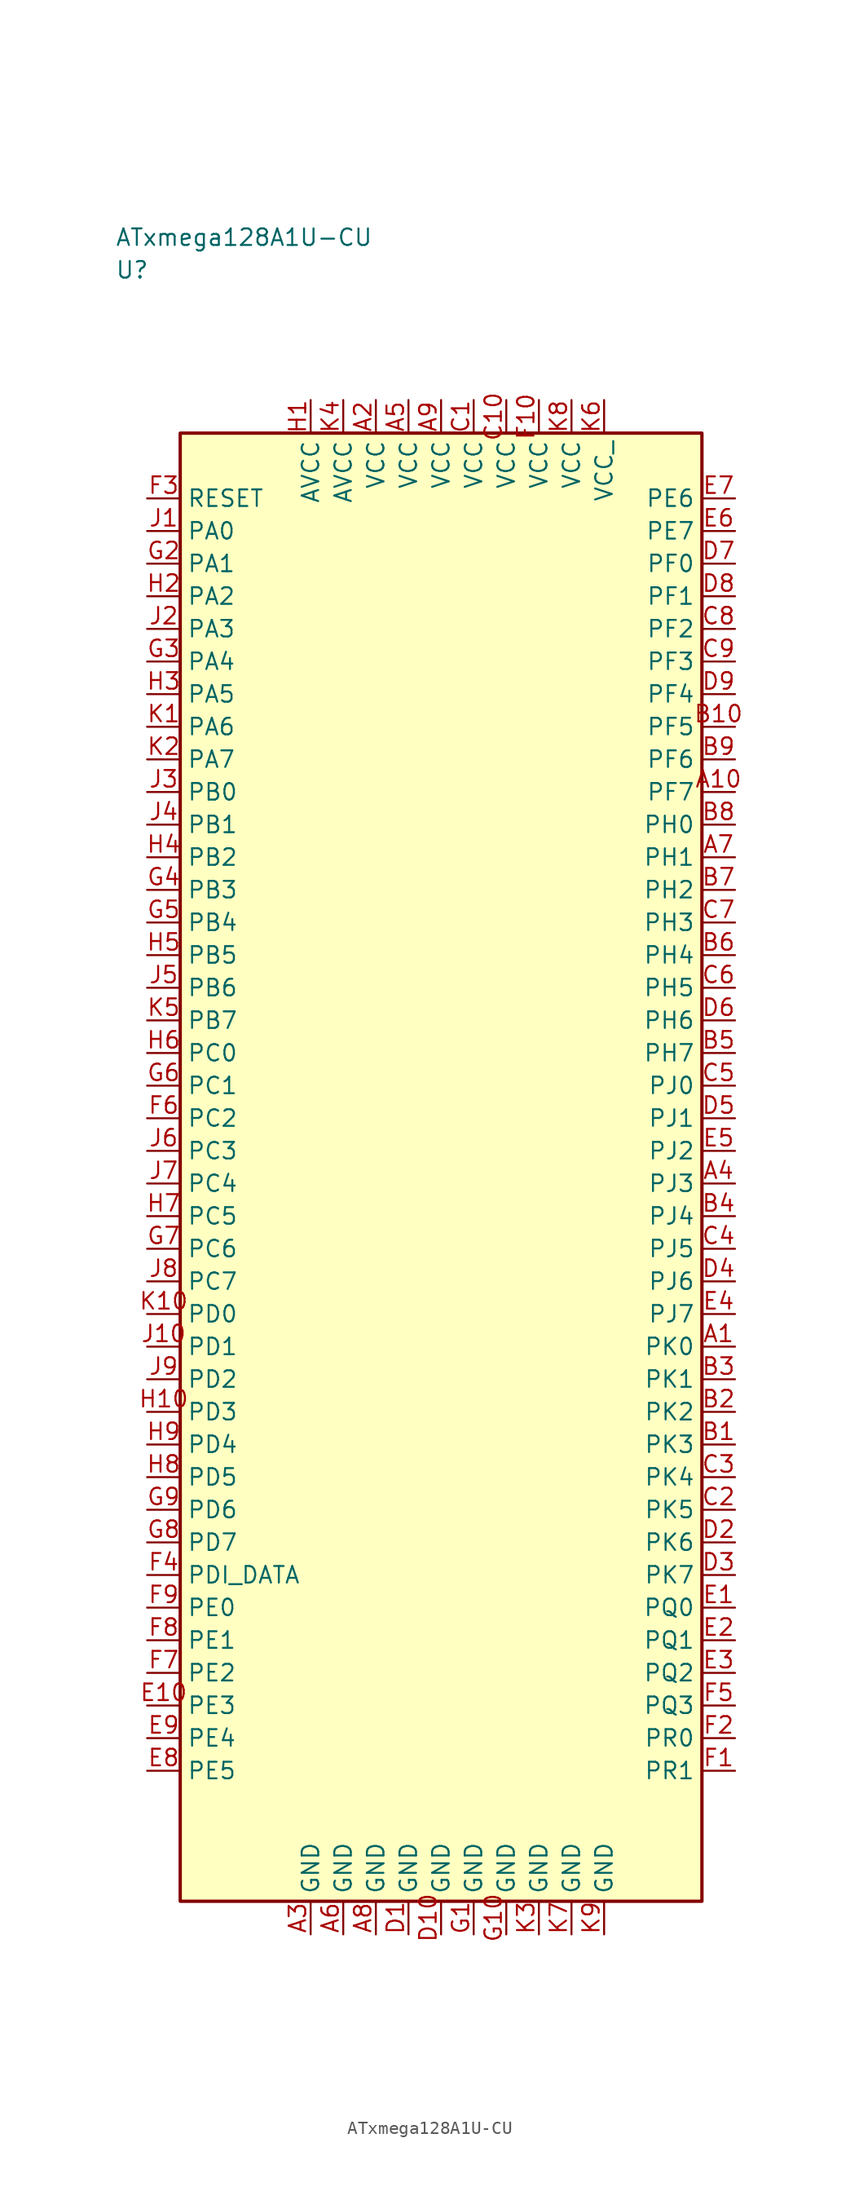
<source format=kicad_sym>
(kicad_symbol_lib
  (version 20241025)
  (generator "kicad_symbol_editor")
  (generator_version "8.0")
  (symbol "ATxmega128A1U-CU"
    (property "Reference" "U"
      (at -25.0 68.75 0)
      (effects (font (size 1.27 1.27)) (justify left)))
    (property "Value" "ATxmega128A1U-CU"
      (at -25.0 71.25 0)
      (effects (font (size 1.27 1.27)) (justify left)))
    (symbol "ATxmega128A1U-CU_0_1"
      (rectangle (start -20.0 56.25) (end 20.0 -56.25) (stroke (width 0.254) (type default)) (fill (type background))))
    (symbol "ATxmega128A1U-CU_1_1"
      (pin bidirectional line (at 22.54 -13.75 180.0) (length 2.54) (name "PK0" (effects (font (size 1.27 1.27)))) (number "A1" (effects (font (size 1.27 1.27)))))
      (pin power_in line (at -5.0 58.79 270.0) (length 2.54) (name "VCC" (effects (font (size 1.27 1.27)))) (number "A2" (effects (font (size 1.27 1.27)))))
      (pin passive line (at -10.0 -58.79 90.0) (length 2.54) (name "GND" (effects (font (size 1.27 1.27)))) (number "A3" (effects (font (size 1.27 1.27)))))
      (pin bidirectional line (at 22.54 -1.25 180.0) (length 2.54) (name "PJ3" (effects (font (size 1.27 1.27)))) (number "A4" (effects (font (size 1.27 1.27)))))
      (pin power_in line (at -2.5 58.79 270.0) (length 2.54) (name "VCC" (effects (font (size 1.27 1.27)))) (number "A5" (effects (font (size 1.27 1.27)))))
      (pin passive line (at -7.5 -58.79 90.0) (length 2.54) (name "GND" (effects (font (size 1.27 1.27)))) (number "A6" (effects (font (size 1.27 1.27)))))
      (pin bidirectional line (at 22.54 23.75 180.0) (length 2.54) (name "PH1" (effects (font (size 1.27 1.27)))) (number "A7" (effects (font (size 1.27 1.27)))))
      (pin passive line (at -5.0 -58.79 90.0) (length 2.54) (name "GND" (effects (font (size 1.27 1.27)))) (number "A8" (effects (font (size 1.27 1.27)))))
      (pin power_in line (at 0.0 58.79 270.0) (length 2.54) (name "VCC" (effects (font (size 1.27 1.27)))) (number "A9" (effects (font (size 1.27 1.27)))))
      (pin bidirectional line (at 22.54 28.75 180.0) (length 2.54) (name "PF7" (effects (font (size 1.27 1.27)))) (number "A10" (effects (font (size 1.27 1.27)))))
      (pin bidirectional line (at 22.54 -21.25 180.0) (length 2.54) (name "PK3" (effects (font (size 1.27 1.27)))) (number "B1" (effects (font (size 1.27 1.27)))))
      (pin bidirectional line (at 22.54 -18.75 180.0) (length 2.54) (name "PK2" (effects (font (size 1.27 1.27)))) (number "B2" (effects (font (size 1.27 1.27)))))
      (pin bidirectional line (at 22.54 -16.25 180.0) (length 2.54) (name "PK1" (effects (font (size 1.27 1.27)))) (number "B3" (effects (font (size 1.27 1.27)))))
      (pin bidirectional line (at 22.54 -3.75 180.0) (length 2.54) (name "PJ4" (effects (font (size 1.27 1.27)))) (number "B4" (effects (font (size 1.27 1.27)))))
      (pin bidirectional line (at 22.54 8.75 180.0) (length 2.54) (name "PH7" (effects (font (size 1.27 1.27)))) (number "B5" (effects (font (size 1.27 1.27)))))
      (pin bidirectional line (at 22.54 16.25 180.0) (length 2.54) (name "PH4" (effects (font (size 1.27 1.27)))) (number "B6" (effects (font (size 1.27 1.27)))))
      (pin bidirectional line (at 22.54 21.25 180.0) (length 2.54) (name "PH2" (effects (font (size 1.27 1.27)))) (number "B7" (effects (font (size 1.27 1.27)))))
      (pin bidirectional line (at 22.54 26.25 180.0) (length 2.54) (name "PH0" (effects (font (size 1.27 1.27)))) (number "B8" (effects (font (size 1.27 1.27)))))
      (pin bidirectional line (at 22.54 31.25 180.0) (length 2.54) (name "PF6" (effects (font (size 1.27 1.27)))) (number "B9" (effects (font (size 1.27 1.27)))))
      (pin bidirectional line (at 22.54 33.75 180.0) (length 2.54) (name "PF5" (effects (font (size 1.27 1.27)))) (number "B10" (effects (font (size 1.27 1.27)))))
      (pin power_in line (at 2.5 58.79 270.0) (length 2.54) (name "VCC" (effects (font (size 1.27 1.27)))) (number "C1" (effects (font (size 1.27 1.27)))))
      (pin bidirectional line (at 22.54 -26.25 180.0) (length 2.54) (name "PK5" (effects (font (size 1.27 1.27)))) (number "C2" (effects (font (size 1.27 1.27)))))
      (pin bidirectional line (at 22.54 -23.75 180.0) (length 2.54) (name "PK4" (effects (font (size 1.27 1.27)))) (number "C3" (effects (font (size 1.27 1.27)))))
      (pin bidirectional line (at 22.54 -6.25 180.0) (length 2.54) (name "PJ5" (effects (font (size 1.27 1.27)))) (number "C4" (effects (font (size 1.27 1.27)))))
      (pin bidirectional line (at 22.54 6.25 180.0) (length 2.54) (name "PJ0" (effects (font (size 1.27 1.27)))) (number "C5" (effects (font (size 1.27 1.27)))))
      (pin bidirectional line (at 22.54 13.75 180.0) (length 2.54) (name "PH5" (effects (font (size 1.27 1.27)))) (number "C6" (effects (font (size 1.27 1.27)))))
      (pin bidirectional line (at 22.54 18.75 180.0) (length 2.54) (name "PH3" (effects (font (size 1.27 1.27)))) (number "C7" (effects (font (size 1.27 1.27)))))
      (pin bidirectional line (at 22.54 41.25 180.0) (length 2.54) (name "PF2" (effects (font (size 1.27 1.27)))) (number "C8" (effects (font (size 1.27 1.27)))))
      (pin bidirectional line (at 22.54 38.75 180.0) (length 2.54) (name "PF3" (effects (font (size 1.27 1.27)))) (number "C9" (effects (font (size 1.27 1.27)))))
      (pin power_in line (at 5.0 58.79 270.0) (length 2.54) (name "VCC" (effects (font (size 1.27 1.27)))) (number "C10" (effects (font (size 1.27 1.27)))))
      (pin passive line (at -2.5 -58.79 90.0) (length 2.54) (name "GND" (effects (font (size 1.27 1.27)))) (number "D1" (effects (font (size 1.27 1.27)))))
      (pin bidirectional line (at 22.54 -28.75 180.0) (length 2.54) (name "PK6" (effects (font (size 1.27 1.27)))) (number "D2" (effects (font (size 1.27 1.27)))))
      (pin bidirectional line (at 22.54 -31.25 180.0) (length 2.54) (name "PK7" (effects (font (size 1.27 1.27)))) (number "D3" (effects (font (size 1.27 1.27)))))
      (pin bidirectional line (at 22.54 -8.75 180.0) (length 2.54) (name "PJ6" (effects (font (size 1.27 1.27)))) (number "D4" (effects (font (size 1.27 1.27)))))
      (pin bidirectional line (at 22.54 3.75 180.0) (length 2.54) (name "PJ1" (effects (font (size 1.27 1.27)))) (number "D5" (effects (font (size 1.27 1.27)))))
      (pin bidirectional line (at 22.54 11.25 180.0) (length 2.54) (name "PH6" (effects (font (size 1.27 1.27)))) (number "D6" (effects (font (size 1.27 1.27)))))
      (pin bidirectional line (at 22.54 46.25 180.0) (length 2.54) (name "PF0" (effects (font (size 1.27 1.27)))) (number "D7" (effects (font (size 1.27 1.27)))))
      (pin bidirectional line (at 22.54 43.75 180.0) (length 2.54) (name "PF1" (effects (font (size 1.27 1.27)))) (number "D8" (effects (font (size 1.27 1.27)))))
      (pin bidirectional line (at 22.54 36.25 180.0) (length 2.54) (name "PF4" (effects (font (size 1.27 1.27)))) (number "D9" (effects (font (size 1.27 1.27)))))
      (pin passive line (at 0.0 -58.79 90.0) (length 2.54) (name "GND" (effects (font (size 1.27 1.27)))) (number "D10" (effects (font (size 1.27 1.27)))))
      (pin bidirectional line (at 22.54 -33.75 180.0) (length 2.54) (name "PQ0" (effects (font (size 1.27 1.27)))) (number "E1" (effects (font (size 1.27 1.27)))))
      (pin bidirectional line (at 22.54 -36.25 180.0) (length 2.54) (name "PQ1" (effects (font (size 1.27 1.27)))) (number "E2" (effects (font (size 1.27 1.27)))))
      (pin bidirectional line (at 22.54 -38.75 180.0) (length 2.54) (name "PQ2" (effects (font (size 1.27 1.27)))) (number "E3" (effects (font (size 1.27 1.27)))))
      (pin bidirectional line (at 22.54 -11.25 180.0) (length 2.54) (name "PJ7" (effects (font (size 1.27 1.27)))) (number "E4" (effects (font (size 1.27 1.27)))))
      (pin bidirectional line (at 22.54 1.25 180.0) (length 2.54) (name "PJ2" (effects (font (size 1.27 1.27)))) (number "E5" (effects (font (size 1.27 1.27)))))
      (pin bidirectional line (at 22.54 48.75 180.0) (length 2.54) (name "PE7" (effects (font (size 1.27 1.27)))) (number "E6" (effects (font (size 1.27 1.27)))))
      (pin bidirectional line (at 22.54 51.25 180.0) (length 2.54) (name "PE6" (effects (font (size 1.27 1.27)))) (number "E7" (effects (font (size 1.27 1.27)))))
      (pin bidirectional line (at -22.54 -46.25 0.0) (length 2.54) (name "PE5" (effects (font (size 1.27 1.27)))) (number "E8" (effects (font (size 1.27 1.27)))))
      (pin bidirectional line (at -22.54 -43.75 0.0) (length 2.54) (name "PE4" (effects (font (size 1.27 1.27)))) (number "E9" (effects (font (size 1.27 1.27)))))
      (pin bidirectional line (at -22.54 -41.25 0.0) (length 2.54) (name "PE3" (effects (font (size 1.27 1.27)))) (number "E10" (effects (font (size 1.27 1.27)))))
      (pin bidirectional line (at 22.54 -46.25 180.0) (length 2.54) (name "PR1" (effects (font (size 1.27 1.27)))) (number "F1" (effects (font (size 1.27 1.27)))))
      (pin bidirectional line (at 22.54 -43.75 180.0) (length 2.54) (name "PR0" (effects (font (size 1.27 1.27)))) (number "F2" (effects (font (size 1.27 1.27)))))
      (pin input line (at -22.54 51.25 0.0) (length 2.54) (name "RESET" (effects (font (size 1.27 1.27)))) (number "F3" (effects (font (size 1.27 1.27)))))
      (pin bidirectional line (at -22.54 -31.25 0.0) (length 2.54) (name "PDI_DATA" (effects (font (size 1.27 1.27)))) (number "F4" (effects (font (size 1.27 1.27)))))
      (pin bidirectional line (at 22.54 -41.25 180.0) (length 2.54) (name "PQ3" (effects (font (size 1.27 1.27)))) (number "F5" (effects (font (size 1.27 1.27)))))
      (pin bidirectional line (at -22.54 3.75 0.0) (length 2.54) (name "PC2" (effects (font (size 1.27 1.27)))) (number "F6" (effects (font (size 1.27 1.27)))))
      (pin bidirectional line (at -22.54 -38.75 0.0) (length 2.54) (name "PE2" (effects (font (size 1.27 1.27)))) (number "F7" (effects (font (size 1.27 1.27)))))
      (pin bidirectional line (at -22.54 -36.25 0.0) (length 2.54) (name "PE1" (effects (font (size 1.27 1.27)))) (number "F8" (effects (font (size 1.27 1.27)))))
      (pin bidirectional line (at -22.54 -33.75 0.0) (length 2.54) (name "PE0" (effects (font (size 1.27 1.27)))) (number "F9" (effects (font (size 1.27 1.27)))))
      (pin power_in line (at 7.5 58.79 270.0) (length 2.54) (name "VCC" (effects (font (size 1.27 1.27)))) (number "F10" (effects (font (size 1.27 1.27)))))
      (pin passive line (at 2.5 -58.79 90.0) (length 2.54) (name "GND" (effects (font (size 1.27 1.27)))) (number "G1" (effects (font (size 1.27 1.27)))))
      (pin bidirectional line (at -22.54 46.25 0.0) (length 2.54) (name "PA1" (effects (font (size 1.27 1.27)))) (number "G2" (effects (font (size 1.27 1.27)))))
      (pin bidirectional line (at -22.54 38.75 0.0) (length 2.54) (name "PA4" (effects (font (size 1.27 1.27)))) (number "G3" (effects (font (size 1.27 1.27)))))
      (pin bidirectional line (at -22.54 21.25 0.0) (length 2.54) (name "PB3" (effects (font (size 1.27 1.27)))) (number "G4" (effects (font (size 1.27 1.27)))))
      (pin bidirectional line (at -22.54 18.75 0.0) (length 2.54) (name "PB4" (effects (font (size 1.27 1.27)))) (number "G5" (effects (font (size 1.27 1.27)))))
      (pin bidirectional line (at -22.54 6.25 0.0) (length 2.54) (name "PC1" (effects (font (size 1.27 1.27)))) (number "G6" (effects (font (size 1.27 1.27)))))
      (pin bidirectional line (at -22.54 -6.25 0.0) (length 2.54) (name "PC6" (effects (font (size 1.27 1.27)))) (number "G7" (effects (font (size 1.27 1.27)))))
      (pin bidirectional line (at -22.54 -28.75 0.0) (length 2.54) (name "PD7" (effects (font (size 1.27 1.27)))) (number "G8" (effects (font (size 1.27 1.27)))))
      (pin bidirectional line (at -22.54 -26.25 0.0) (length 2.54) (name "PD6" (effects (font (size 1.27 1.27)))) (number "G9" (effects (font (size 1.27 1.27)))))
      (pin passive line (at 5.0 -58.79 90.0) (length 2.54) (name "GND" (effects (font (size 1.27 1.27)))) (number "G10" (effects (font (size 1.27 1.27)))))
      (pin power_in line (at -10.0 58.79 270.0) (length 2.54) (name "AVCC" (effects (font (size 1.27 1.27)))) (number "H1" (effects (font (size 1.27 1.27)))))
      (pin bidirectional line (at -22.54 43.75 0.0) (length 2.54) (name "PA2" (effects (font (size 1.27 1.27)))) (number "H2" (effects (font (size 1.27 1.27)))))
      (pin bidirectional line (at -22.54 36.25 0.0) (length 2.54) (name "PA5" (effects (font (size 1.27 1.27)))) (number "H3" (effects (font (size 1.27 1.27)))))
      (pin bidirectional line (at -22.54 23.75 0.0) (length 2.54) (name "PB2" (effects (font (size 1.27 1.27)))) (number "H4" (effects (font (size 1.27 1.27)))))
      (pin bidirectional line (at -22.54 16.25 0.0) (length 2.54) (name "PB5" (effects (font (size 1.27 1.27)))) (number "H5" (effects (font (size 1.27 1.27)))))
      (pin bidirectional line (at -22.54 8.75 0.0) (length 2.54) (name "PC0" (effects (font (size 1.27 1.27)))) (number "H6" (effects (font (size 1.27 1.27)))))
      (pin bidirectional line (at -22.54 -3.75 0.0) (length 2.54) (name "PC5" (effects (font (size 1.27 1.27)))) (number "H7" (effects (font (size 1.27 1.27)))))
      (pin bidirectional line (at -22.54 -23.75 0.0) (length 2.54) (name "PD5" (effects (font (size 1.27 1.27)))) (number "H8" (effects (font (size 1.27 1.27)))))
      (pin bidirectional line (at -22.54 -21.25 0.0) (length 2.54) (name "PD4" (effects (font (size 1.27 1.27)))) (number "H9" (effects (font (size 1.27 1.27)))))
      (pin bidirectional line (at -22.54 -18.75 0.0) (length 2.54) (name "PD3" (effects (font (size 1.27 1.27)))) (number "H10" (effects (font (size 1.27 1.27)))))
      (pin bidirectional line (at -22.54 48.75 0.0) (length 2.54) (name "PA0" (effects (font (size 1.27 1.27)))) (number "J1" (effects (font (size 1.27 1.27)))))
      (pin bidirectional line (at -22.54 41.25 0.0) (length 2.54) (name "PA3" (effects (font (size 1.27 1.27)))) (number "J2" (effects (font (size 1.27 1.27)))))
      (pin bidirectional line (at -22.54 28.75 0.0) (length 2.54) (name "PB0" (effects (font (size 1.27 1.27)))) (number "J3" (effects (font (size 1.27 1.27)))))
      (pin bidirectional line (at -22.54 26.25 0.0) (length 2.54) (name "PB1" (effects (font (size 1.27 1.27)))) (number "J4" (effects (font (size 1.27 1.27)))))
      (pin bidirectional line (at -22.54 13.75 0.0) (length 2.54) (name "PB6" (effects (font (size 1.27 1.27)))) (number "J5" (effects (font (size 1.27 1.27)))))
      (pin bidirectional line (at -22.54 1.25 0.0) (length 2.54) (name "PC3" (effects (font (size 1.27 1.27)))) (number "J6" (effects (font (size 1.27 1.27)))))
      (pin bidirectional line (at -22.54 -1.25 0.0) (length 2.54) (name "PC4" (effects (font (size 1.27 1.27)))) (number "J7" (effects (font (size 1.27 1.27)))))
      (pin bidirectional line (at -22.54 -8.75 0.0) (length 2.54) (name "PC7" (effects (font (size 1.27 1.27)))) (number "J8" (effects (font (size 1.27 1.27)))))
      (pin bidirectional line (at -22.54 -16.25 0.0) (length 2.54) (name "PD2" (effects (font (size 1.27 1.27)))) (number "J9" (effects (font (size 1.27 1.27)))))
      (pin bidirectional line (at -22.54 -13.75 0.0) (length 2.54) (name "PD1" (effects (font (size 1.27 1.27)))) (number "J10" (effects (font (size 1.27 1.27)))))
      (pin bidirectional line (at -22.54 33.75 0.0) (length 2.54) (name "PA6" (effects (font (size 1.27 1.27)))) (number "K1" (effects (font (size 1.27 1.27)))))
      (pin bidirectional line (at -22.54 31.25 0.0) (length 2.54) (name "PA7" (effects (font (size 1.27 1.27)))) (number "K2" (effects (font (size 1.27 1.27)))))
      (pin passive line (at 7.5 -58.79 90.0) (length 2.54) (name "GND" (effects (font (size 1.27 1.27)))) (number "K3" (effects (font (size 1.27 1.27)))))
      (pin power_in line (at -7.5 58.79 270.0) (length 2.54) (name "AVCC" (effects (font (size 1.27 1.27)))) (number "K4" (effects (font (size 1.27 1.27)))))
      (pin bidirectional line (at -22.54 11.25 0.0) (length 2.54) (name "PB7" (effects (font (size 1.27 1.27)))) (number "K5" (effects (font (size 1.27 1.27)))))
      (pin power_in line (at 12.5 58.79 270.0) (length 2.54) (name "VCC " (effects (font (size 1.27 1.27)))) (number "K6" (effects (font (size 1.27 1.27)))))
      (pin passive line (at 10.0 -58.79 90.0) (length 2.54) (name "GND" (effects (font (size 1.27 1.27)))) (number "K7" (effects (font (size 1.27 1.27)))))
      (pin power_in line (at 10.0 58.79 270.0) (length 2.54) (name "VCC" (effects (font (size 1.27 1.27)))) (number "K8" (effects (font (size 1.27 1.27)))))
      (pin passive line (at 12.5 -58.79 90.0) (length 2.54) (name "GND" (effects (font (size 1.27 1.27)))) (number "K9" (effects (font (size 1.27 1.27)))))
      (pin bidirectional line (at -22.54 -11.25 0.0) (length 2.54) (name "PD0" (effects (font (size 1.27 1.27)))) (number "K10" (effects (font (size 1.27 1.27))))))))
</source>
